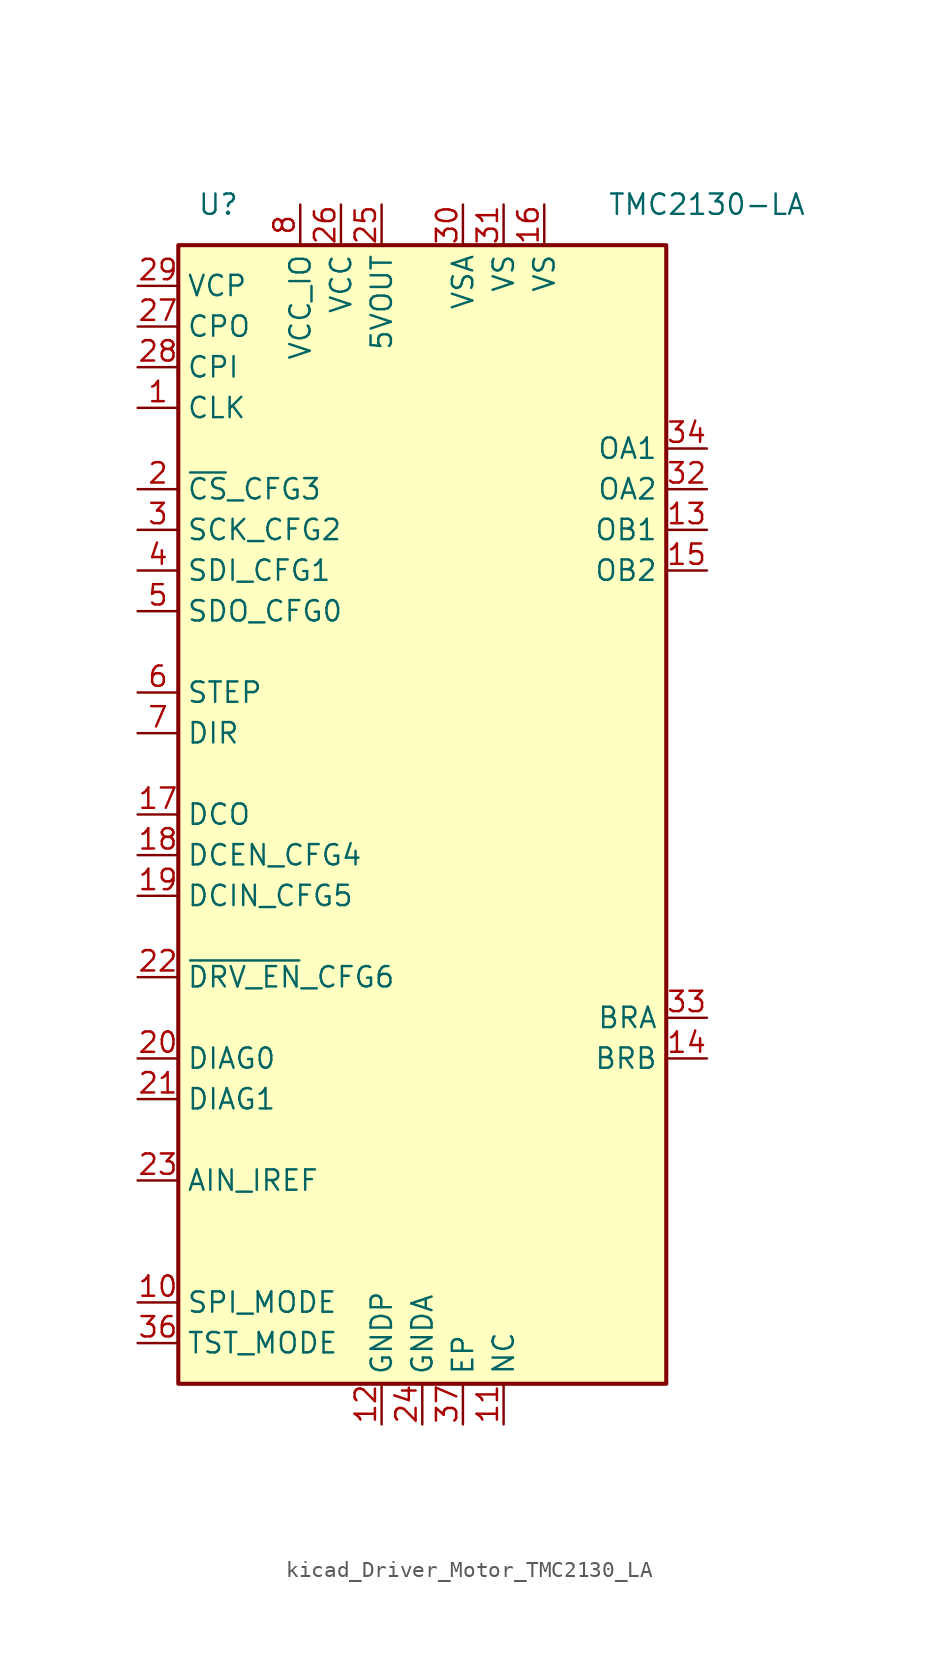
<source format=kicad_sym>
(kicad_symbol_lib
  (version 20220914)
  (generator kicad_symbol_editor)
  (symbol "kicad_Driver_Motor_TMC2130_LA"
    (property "Reference" "U"
      (at -11.43 38.1 0)
      (effects (font (size 1.27 1.27)) (justify right)))
    (property "Value" "TMC2130-LA"
      (at 17.78 38.1 0)
      (effects (font (size 1.27 1.27))))
    (symbol "kicad_Driver_Motor_TMC2130_LA_0_1"
      (rectangle (start -15.24 35.56) (end 15.24 -35.56) (stroke (width 0.254) (type default)) (fill (type background))))
    (symbol "kicad_Driver_Motor_TMC2130_LA_1_1"
      (pin input line (at -17.78 25.4 0) (length 2.54) (name "CLK" (effects (font (size 1.27 1.27)))) (number "1" (effects (font (size 1.27 1.27)))))
      (pin input line (at -17.78 -30.48 0) (length 2.54) (name "SPI_MODE" (effects (font (size 1.27 1.27)))) (number "10" (effects (font (size 1.27 1.27)))))
      (pin passive line (at 5.08 -38.1 90) (length 2.54) (name "NC" (effects (font (size 1.27 1.27)))) (number "11" (effects (font (size 1.27 1.27)))))
      (pin power_in line (at -2.54 -38.1 90) (length 2.54) (name "GNDP" (effects (font (size 1.27 1.27)))) (number "12" (effects (font (size 1.27 1.27)))))
      (pin output line (at 17.78 17.78 180) (length 2.54) (name "OB1" (effects (font (size 1.27 1.27)))) (number "13" (effects (font (size 1.27 1.27)))))
      (pin passive line (at 17.78 -15.24 180) (length 2.54) (name "BRB" (effects (font (size 1.27 1.27)))) (number "14" (effects (font (size 1.27 1.27)))))
      (pin output line (at 17.78 15.24 180) (length 2.54) (name "OB2" (effects (font (size 1.27 1.27)))) (number "15" (effects (font (size 1.27 1.27)))))
      (pin power_in line (at 7.62 38.1 270) (length 2.54) (name "VS" (effects (font (size 1.27 1.27)))) (number "16" (effects (font (size 1.27 1.27)))))
      (pin output line (at -17.78 0 0) (length 2.54) (name "DCO" (effects (font (size 1.27 1.27)))) (number "17" (effects (font (size 1.27 1.27)))))
      (pin input line (at -17.78 -2.54 0) (length 2.54) (name "DCEN_CFG4" (effects (font (size 1.27 1.27)))) (number "18" (effects (font (size 1.27 1.27)))))
      (pin input line (at -17.78 -5.08 0) (length 2.54) (name "DCIN_CFG5" (effects (font (size 1.27 1.27)))) (number "19" (effects (font (size 1.27 1.27)))))
      (pin input line (at -17.78 20.32 0) (length 2.54) (name "~{CS}_CFG3" (effects (font (size 1.27 1.27)))) (number "2" (effects (font (size 1.27 1.27)))))
      (pin output line (at -17.78 -15.24 0) (length 2.54) (name "DIAG0" (effects (font (size 1.27 1.27)))) (number "20" (effects (font (size 1.27 1.27)))))
      (pin output line (at -17.78 -17.78 0) (length 2.54) (name "DIAG1" (effects (font (size 1.27 1.27)))) (number "21" (effects (font (size 1.27 1.27)))))
      (pin input line (at -17.78 -10.16 0) (length 2.54) (name "~{DRV_EN}_CFG6" (effects (font (size 1.27 1.27)))) (number "22" (effects (font (size 1.27 1.27)))))
      (pin input line (at -17.78 -22.86 0) (length 2.54) (name "AIN_IREF" (effects (font (size 1.27 1.27)))) (number "23" (effects (font (size 1.27 1.27)))))
      (pin power_in line (at 0 -38.1 90) (length 2.54) (name "GNDA" (effects (font (size 1.27 1.27)))) (number "24" (effects (font (size 1.27 1.27)))))
      (pin power_out line (at -2.54 38.1 270) (length 2.54) (name "5VOUT" (effects (font (size 1.27 1.27)))) (number "25" (effects (font (size 1.27 1.27)))))
      (pin power_in line (at -5.08 38.1 270) (length 2.54) (name "VCC" (effects (font (size 1.27 1.27)))) (number "26" (effects (font (size 1.27 1.27)))))
      (pin passive line (at -17.78 30.48 0) (length 2.54) (name "CPO" (effects (font (size 1.27 1.27)))) (number "27" (effects (font (size 1.27 1.27)))))
      (pin passive line (at -17.78 27.94 0) (length 2.54) (name "CPI" (effects (font (size 1.27 1.27)))) (number "28" (effects (font (size 1.27 1.27)))))
      (pin passive line (at -17.78 33.02 0) (length 2.54) (name "VCP" (effects (font (size 1.27 1.27)))) (number "29" (effects (font (size 1.27 1.27)))))
      (pin input line (at -17.78 17.78 0) (length 2.54) (name "SCK_CFG2" (effects (font (size 1.27 1.27)))) (number "3" (effects (font (size 1.27 1.27)))))
      (pin power_in line (at 2.54 38.1 270) (length 2.54) (name "VSA" (effects (font (size 1.27 1.27)))) (number "30" (effects (font (size 1.27 1.27)))))
      (pin power_in line (at 5.08 38.1 270) (length 2.54) (name "VS" (effects (font (size 1.27 1.27)))) (number "31" (effects (font (size 1.27 1.27)))))
      (pin output line (at 17.78 20.32 180) (length 2.54) (name "OA2" (effects (font (size 1.27 1.27)))) (number "32" (effects (font (size 1.27 1.27)))))
      (pin passive line (at 17.78 -12.7 180) (length 2.54) (name "BRA" (effects (font (size 1.27 1.27)))) (number "33" (effects (font (size 1.27 1.27)))))
      (pin output line (at 17.78 22.86 180) (length 2.54) (name "OA1" (effects (font (size 1.27 1.27)))) (number "34" (effects (font (size 1.27 1.27)))))
      (pin passive line (at -2.54 -38.1 90) (length 2.54) hide (name "GNDP" (effects (font (size 1.27 1.27)))) (number "35" (effects (font (size 1.27 1.27)))))
      (pin input line (at -17.78 -33.02 0) (length 2.54) (name "TST_MODE" (effects (font (size 1.27 1.27)))) (number "36" (effects (font (size 1.27 1.27)))))
      (pin power_in line (at 2.54 -38.1 90) (length 2.54) (name "EP" (effects (font (size 1.27 1.27)))) (number "37" (effects (font (size 1.27 1.27)))))
      (pin input line (at -17.78 15.24 0) (length 2.54) (name "SDI_CFG1" (effects (font (size 1.27 1.27)))) (number "4" (effects (font (size 1.27 1.27)))))
      (pin bidirectional line (at -17.78 12.7 0) (length 2.54) (name "SDO_CFG0" (effects (font (size 1.27 1.27)))) (number "5" (effects (font (size 1.27 1.27)))))
      (pin input line (at -17.78 7.62 0) (length 2.54) (name "STEP" (effects (font (size 1.27 1.27)))) (number "6" (effects (font (size 1.27 1.27)))))
      (pin input line (at -17.78 5.08 0) (length 2.54) (name "DIR" (effects (font (size 1.27 1.27)))) (number "7" (effects (font (size 1.27 1.27)))))
      (pin power_in line (at -7.62 38.1 270) (length 2.54) (name "VCC_IO" (effects (font (size 1.27 1.27)))) (number "8" (effects (font (size 1.27 1.27)))))
      (pin no_connect line (at 15.24 33.02 180) (length 2.54) hide (name "DNC" (effects (font (size 1.27 1.27)))) (number "9" (effects (font (size 1.27 1.27))))))))
</source>
